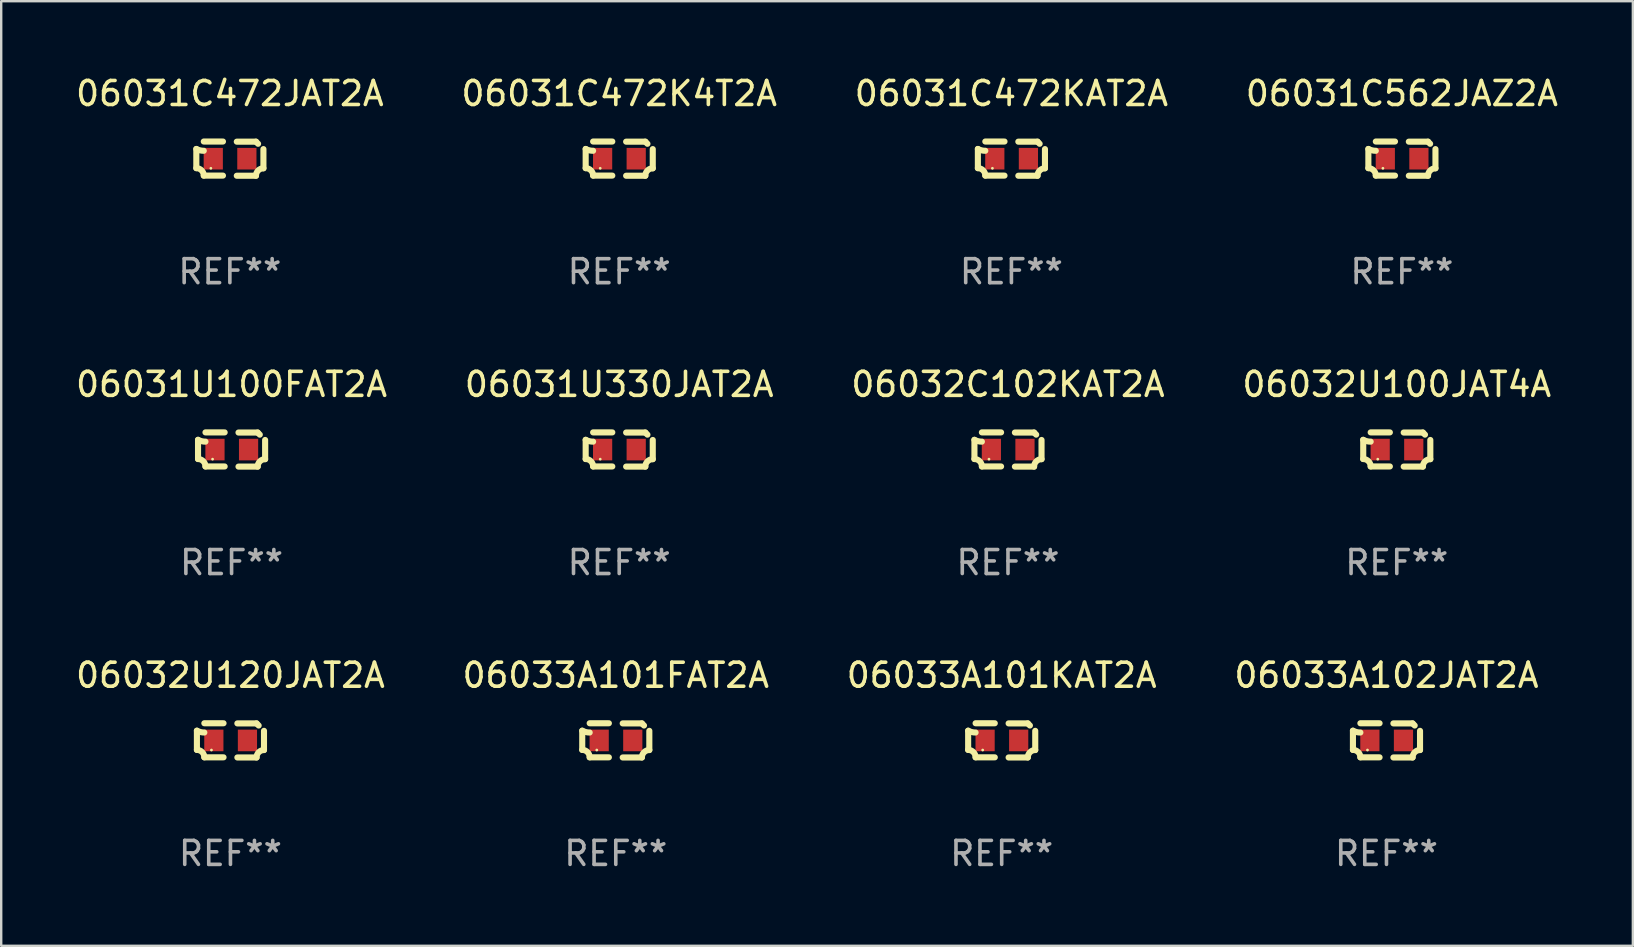
<source format=kicad_pcb>
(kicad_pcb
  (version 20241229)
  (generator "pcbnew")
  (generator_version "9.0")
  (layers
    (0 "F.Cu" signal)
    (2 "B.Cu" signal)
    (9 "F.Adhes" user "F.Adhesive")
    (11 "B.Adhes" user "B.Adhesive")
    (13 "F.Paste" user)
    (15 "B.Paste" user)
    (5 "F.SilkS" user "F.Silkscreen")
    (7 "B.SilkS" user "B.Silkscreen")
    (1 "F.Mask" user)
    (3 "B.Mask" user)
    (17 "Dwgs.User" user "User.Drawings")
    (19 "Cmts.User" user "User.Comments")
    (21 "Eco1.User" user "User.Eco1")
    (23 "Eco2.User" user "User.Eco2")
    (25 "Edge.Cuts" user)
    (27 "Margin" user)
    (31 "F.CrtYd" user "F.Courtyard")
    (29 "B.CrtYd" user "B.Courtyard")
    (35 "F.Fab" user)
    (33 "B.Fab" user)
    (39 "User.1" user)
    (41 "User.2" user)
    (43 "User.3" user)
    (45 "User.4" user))
  (footprint "06031U330JAT2A"
    (layer "F.Cu")
    (at 22.756 15.683)
    (property "Reference" "06031U330JAT2A" (at 0 -2.713 0) (layer "F.SilkS") (effects (font (size 1 1) (thickness 0.15))))
    (attr through_hole)
    (fp_line (start -1.398 -0.403) (end -1.398 0.397) (stroke (width 0.254) (type solid)) (layer "F.SilkS"))
    (fp_line (start -0.288 -0.713) (end -1.088 -0.713) (stroke (width 0.254) (type solid)) (layer "F.SilkS"))
    (fp_line (start -0.288 0.707) (end -1.088 0.707) (stroke (width 0.254) (type solid)) (layer "F.SilkS"))
    (fp_line (start 0.288 -0.707) (end 1.088 -0.707) (stroke (width 0.254) (type solid)) (layer "F.SilkS"))
    (fp_line (start 0.288 0.713) (end 1.088 0.713) (stroke (width 0.254) (type solid)) (layer "F.SilkS"))
    (fp_line (start 1.398 -0.397) (end 1.398 0.403) (stroke (width 0.254) (type solid)) (layer "F.SilkS"))
    (fp_arc (start -1.397789 0.397066) (mid -1.178701 0.487826) (end -1.08796 0.706922) (stroke (width 0.254001) (type solid)) (layer "F.SilkS"))
    (fp_arc (start -1.08796 -0.327176) (mid -1.247436 -0.346384) (end -1.39779 -0.402908) (stroke (width 0.254001) (type solid)) (layer "F.SilkS"))
    (fp_arc (start 1.087909 0.712738) (mid 1.178656 0.493655) (end 1.397739 0.402908) (stroke (width 0.254001) (type solid)) (layer "F.SilkS"))
    (fp_arc (start 1.175925 -0.618926) (mid 1.131917 -0.662923) (end 1.08791 -0.706922) (stroke (width 0.254001) (type solid)) (layer "F.SilkS"))
    (fp_circle (center -0.792 0.403) (end -0.762 0.403) (stroke (width 0.06) (type solid)) (fill no) (layer "F.SilkS"))
    (fp_text user "REF**" (at 0 4.713 0) (layer "F.Fab") (effects (font (size 1 1) (thickness 0.15))))
    (pad "1" smd rect (at -0.692 0.003) (size 0.8 0.9) (layers "F.Cu" "F.Mask" "F.Paste"))
    (pad "2" smd rect (at 0.708 0.003) (size 0.8 0.9) (layers "F.Cu" "F.Mask" "F.Paste")))
  (footprint "06031C472KAT2A"
    (layer "F.Cu")
    (at 39.101 3.561)
    (property "Reference" "06031C472KAT2A" (at 0 -2.713 0) (layer "F.SilkS") (effects (font (size 1 1) (thickness 0.15))))
    (attr through_hole)
    (fp_line (start -1.398 -0.403) (end -1.398 0.397) (stroke (width 0.254) (type solid)) (layer "F.SilkS"))
    (fp_line (start -0.288 -0.713) (end -1.088 -0.713) (stroke (width 0.254) (type solid)) (layer "F.SilkS"))
    (fp_line (start -0.288 0.707) (end -1.088 0.707) (stroke (width 0.254) (type solid)) (layer "F.SilkS"))
    (fp_line (start 0.288 -0.707) (end 1.088 -0.707) (stroke (width 0.254) (type solid)) (layer "F.SilkS"))
    (fp_line (start 0.288 0.713) (end 1.088 0.713) (stroke (width 0.254) (type solid)) (layer "F.SilkS"))
    (fp_line (start 1.398 -0.397) (end 1.398 0.403) (stroke (width 0.254) (type solid)) (layer "F.SilkS"))
    (fp_arc (start -1.397789 0.397066) (mid -1.178701 0.487826) (end -1.08796 0.706922) (stroke (width 0.254001) (type solid)) (layer "F.SilkS"))
    (fp_arc (start -1.08796 -0.327176) (mid -1.247436 -0.346384) (end -1.39779 -0.402908) (stroke (width 0.254001) (type solid)) (layer "F.SilkS"))
    (fp_arc (start 1.087909 0.712738) (mid 1.178656 0.493655) (end 1.397739 0.402908) (stroke (width 0.254001) (type solid)) (layer "F.SilkS"))
    (fp_arc (start 1.175925 -0.618926) (mid 1.131917 -0.662923) (end 1.08791 -0.706922) (stroke (width 0.254001) (type solid)) (layer "F.SilkS"))
    (fp_circle (center -0.792 0.403) (end -0.762 0.403) (stroke (width 0.06) (type solid)) (fill no) (layer "F.SilkS"))
    (fp_text user "REF**" (at 0 4.713 0) (layer "F.Fab") (effects (font (size 1 1) (thickness 0.15))))
    (pad "1" smd rect (at -0.692 0.003) (size 0.8 0.9) (layers "F.Cu" "F.Mask" "F.Paste"))
    (pad "2" smd rect (at 0.708 0.003) (size 0.8 0.9) (layers "F.Cu" "F.Mask" "F.Paste")))
  (footprint "06032C102KAT2A"
    (layer "F.Cu")
    (at 38.958 15.683)
    (property "Reference" "06032C102KAT2A" (at 0 -2.713 0) (layer "F.SilkS") (effects (font (size 1 1) (thickness 0.15))))
    (attr through_hole)
    (fp_line (start -1.398 -0.403) (end -1.398 0.397) (stroke (width 0.254) (type solid)) (layer "F.SilkS"))
    (fp_line (start -0.288 -0.713) (end -1.088 -0.713) (stroke (width 0.254) (type solid)) (layer "F.SilkS"))
    (fp_line (start -0.288 0.707) (end -1.088 0.707) (stroke (width 0.254) (type solid)) (layer "F.SilkS"))
    (fp_line (start 0.288 -0.707) (end 1.088 -0.707) (stroke (width 0.254) (type solid)) (layer "F.SilkS"))
    (fp_line (start 0.288 0.713) (end 1.088 0.713) (stroke (width 0.254) (type solid)) (layer "F.SilkS"))
    (fp_line (start 1.398 -0.397) (end 1.398 0.403) (stroke (width 0.254) (type solid)) (layer "F.SilkS"))
    (fp_arc (start -1.397789 0.397066) (mid -1.178701 0.487826) (end -1.08796 0.706922) (stroke (width 0.254001) (type solid)) (layer "F.SilkS"))
    (fp_arc (start -1.08796 -0.327176) (mid -1.247436 -0.346384) (end -1.39779 -0.402908) (stroke (width 0.254001) (type solid)) (layer "F.SilkS"))
    (fp_arc (start 1.087909 0.712738) (mid 1.178656 0.493655) (end 1.397739 0.402908) (stroke (width 0.254001) (type solid)) (layer "F.SilkS"))
    (fp_arc (start 1.175925 -0.618926) (mid 1.131917 -0.662923) (end 1.08791 -0.706922) (stroke (width 0.254001) (type solid)) (layer "F.SilkS"))
    (fp_circle (center -0.792 0.403) (end -0.762 0.403) (stroke (width 0.06) (type solid)) (fill no) (layer "F.SilkS"))
    (fp_text user "REF**" (at 0 4.713 0) (layer "F.Fab") (effects (font (size 1 1) (thickness 0.15))))
    (pad "1" smd rect (at -0.692 0.003) (size 0.8 0.9) (layers "F.Cu" "F.Mask" "F.Paste"))
    (pad "2" smd rect (at 0.708 0.003) (size 0.8 0.9) (layers "F.Cu" "F.Mask" "F.Paste")))
  (footprint "06033A101FAT2A"
    (layer "F.Cu")
    (at 22.613 27.805)
    (property "Reference" "06033A101FAT2A" (at 0 -2.713 0) (layer "F.SilkS") (effects (font (size 1 1) (thickness 0.15))))
    (attr through_hole)
    (fp_line (start -1.398 -0.403) (end -1.398 0.397) (stroke (width 0.254) (type solid)) (layer "F.SilkS"))
    (fp_line (start -0.288 -0.713) (end -1.088 -0.713) (stroke (width 0.254) (type solid)) (layer "F.SilkS"))
    (fp_line (start -0.288 0.707) (end -1.088 0.707) (stroke (width 0.254) (type solid)) (layer "F.SilkS"))
    (fp_line (start 0.288 -0.707) (end 1.088 -0.707) (stroke (width 0.254) (type solid)) (layer "F.SilkS"))
    (fp_line (start 0.288 0.713) (end 1.088 0.713) (stroke (width 0.254) (type solid)) (layer "F.SilkS"))
    (fp_line (start 1.398 -0.397) (end 1.398 0.403) (stroke (width 0.254) (type solid)) (layer "F.SilkS"))
    (fp_arc (start -1.397789 0.397066) (mid -1.178701 0.487826) (end -1.08796 0.706922) (stroke (width 0.254001) (type solid)) (layer "F.SilkS"))
    (fp_arc (start -1.08796 -0.327176) (mid -1.247436 -0.346384) (end -1.39779 -0.402908) (stroke (width 0.254001) (type solid)) (layer "F.SilkS"))
    (fp_arc (start 1.087909 0.712738) (mid 1.178656 0.493655) (end 1.397739 0.402908) (stroke (width 0.254001) (type solid)) (layer "F.SilkS"))
    (fp_arc (start 1.175925 -0.618926) (mid 1.131917 -0.662923) (end 1.08791 -0.706922) (stroke (width 0.254001) (type solid)) (layer "F.SilkS"))
    (fp_circle (center -0.792 0.403) (end -0.762 0.403) (stroke (width 0.06) (type solid)) (fill no) (layer "F.SilkS"))
    (fp_text user "REF**" (at 0 4.713 0) (layer "F.Fab") (effects (font (size 1 1) (thickness 0.15))))
    (pad "1" smd rect (at -0.692 0.003) (size 0.8 0.9) (layers "F.Cu" "F.Mask" "F.Paste"))
    (pad "2" smd rect (at 0.708 0.003) (size 0.8 0.9) (layers "F.Cu" "F.Mask" "F.Paste")))
  (footprint "06031C472K4T2A"
    (layer "F.Cu")
    (at 22.756 3.561)
    (property "Reference" "06031C472K4T2A" (at 0 -2.713 0) (layer "F.SilkS") (effects (font (size 1 1) (thickness 0.15))))
    (attr through_hole)
    (fp_line (start -1.398 -0.403) (end -1.398 0.397) (stroke (width 0.254) (type solid)) (layer "F.SilkS"))
    (fp_line (start -0.288 -0.713) (end -1.088 -0.713) (stroke (width 0.254) (type solid)) (layer "F.SilkS"))
    (fp_line (start -0.288 0.707) (end -1.088 0.707) (stroke (width 0.254) (type solid)) (layer "F.SilkS"))
    (fp_line (start 0.288 -0.707) (end 1.088 -0.707) (stroke (width 0.254) (type solid)) (layer "F.SilkS"))
    (fp_line (start 0.288 0.713) (end 1.088 0.713) (stroke (width 0.254) (type solid)) (layer "F.SilkS"))
    (fp_line (start 1.398 -0.397) (end 1.398 0.403) (stroke (width 0.254) (type solid)) (layer "F.SilkS"))
    (fp_arc (start -1.397789 0.397066) (mid -1.178701 0.487826) (end -1.08796 0.706922) (stroke (width 0.254001) (type solid)) (layer "F.SilkS"))
    (fp_arc (start -1.08796 -0.327176) (mid -1.247436 -0.346384) (end -1.39779 -0.402908) (stroke (width 0.254001) (type solid)) (layer "F.SilkS"))
    (fp_arc (start 1.087909 0.712738) (mid 1.178656 0.493655) (end 1.397739 0.402908) (stroke (width 0.254001) (type solid)) (layer "F.SilkS"))
    (fp_arc (start 1.175925 -0.618926) (mid 1.131917 -0.662923) (end 1.08791 -0.706922) (stroke (width 0.254001) (type solid)) (layer "F.SilkS"))
    (fp_circle (center -0.792 0.403) (end -0.762 0.403) (stroke (width 0.06) (type solid)) (fill no) (layer "F.SilkS"))
    (fp_text user "REF**" (at 0 4.713 0) (layer "F.Fab") (effects (font (size 1 1) (thickness 0.15))))
    (pad "1" smd rect (at -0.692 0.003) (size 0.8 0.9) (layers "F.Cu" "F.Mask" "F.Paste"))
    (pad "2" smd rect (at 0.708 0.003) (size 0.8 0.9) (layers "F.Cu" "F.Mask" "F.Paste")))
  (footprint "06032U100JAT4A"
    (layer "F.Cu")
    (at 55.161 15.683)
    (property "Reference" "06032U100JAT4A" (at 0 -2.713 0) (layer "F.SilkS") (effects (font (size 1 1) (thickness 0.15))))
    (attr through_hole)
    (fp_line (start -1.398 -0.403) (end -1.398 0.397) (stroke (width 0.254) (type solid)) (layer "F.SilkS"))
    (fp_line (start -0.288 -0.713) (end -1.088 -0.713) (stroke (width 0.254) (type solid)) (layer "F.SilkS"))
    (fp_line (start -0.288 0.707) (end -1.088 0.707) (stroke (width 0.254) (type solid)) (layer "F.SilkS"))
    (fp_line (start 0.288 -0.707) (end 1.088 -0.707) (stroke (width 0.254) (type solid)) (layer "F.SilkS"))
    (fp_line (start 0.288 0.713) (end 1.088 0.713) (stroke (width 0.254) (type solid)) (layer "F.SilkS"))
    (fp_line (start 1.398 -0.397) (end 1.398 0.403) (stroke (width 0.254) (type solid)) (layer "F.SilkS"))
    (fp_arc (start -1.397789 0.397066) (mid -1.178701 0.487826) (end -1.08796 0.706922) (stroke (width 0.254001) (type solid)) (layer "F.SilkS"))
    (fp_arc (start -1.08796 -0.327176) (mid -1.247436 -0.346384) (end -1.39779 -0.402908) (stroke (width 0.254001) (type solid)) (layer "F.SilkS"))
    (fp_arc (start 1.087909 0.712738) (mid 1.178656 0.493655) (end 1.397739 0.402908) (stroke (width 0.254001) (type solid)) (layer "F.SilkS"))
    (fp_arc (start 1.175925 -0.618926) (mid 1.131917 -0.662923) (end 1.08791 -0.706922) (stroke (width 0.254001) (type solid)) (layer "F.SilkS"))
    (fp_circle (center -0.792 0.403) (end -0.762 0.403) (stroke (width 0.06) (type solid)) (fill no) (layer "F.SilkS"))
    (fp_text user "REF**" (at 0 4.713 0) (layer "F.Fab") (effects (font (size 1 1) (thickness 0.15))))
    (pad "1" smd rect (at -0.692 0.003) (size 0.8 0.9) (layers "F.Cu" "F.Mask" "F.Paste"))
    (pad "2" smd rect (at 0.708 0.003) (size 0.8 0.9) (layers "F.Cu" "F.Mask" "F.Paste")))
  (footprint "06033A102JAT2A"
    (layer "F.Cu")
    (at 54.732 27.805)
    (property "Reference" "06033A102JAT2A" (at 0 -2.713 0) (layer "F.SilkS") (effects (font (size 1 1) (thickness 0.15))))
    (attr through_hole)
    (fp_line (start -1.398 -0.403) (end -1.398 0.397) (stroke (width 0.254) (type solid)) (layer "F.SilkS"))
    (fp_line (start -0.288 -0.713) (end -1.088 -0.713) (stroke (width 0.254) (type solid)) (layer "F.SilkS"))
    (fp_line (start -0.288 0.707) (end -1.088 0.707) (stroke (width 0.254) (type solid)) (layer "F.SilkS"))
    (fp_line (start 0.288 -0.707) (end 1.088 -0.707) (stroke (width 0.254) (type solid)) (layer "F.SilkS"))
    (fp_line (start 0.288 0.713) (end 1.088 0.713) (stroke (width 0.254) (type solid)) (layer "F.SilkS"))
    (fp_line (start 1.398 -0.397) (end 1.398 0.403) (stroke (width 0.254) (type solid)) (layer "F.SilkS"))
    (fp_arc (start -1.397789 0.397066) (mid -1.178701 0.487826) (end -1.08796 0.706922) (stroke (width 0.254001) (type solid)) (layer "F.SilkS"))
    (fp_arc (start -1.08796 -0.327176) (mid -1.247436 -0.346384) (end -1.39779 -0.402908) (stroke (width 0.254001) (type solid)) (layer "F.SilkS"))
    (fp_arc (start 1.087909 0.712738) (mid 1.178656 0.493655) (end 1.397739 0.402908) (stroke (width 0.254001) (type solid)) (layer "F.SilkS"))
    (fp_arc (start 1.175925 -0.618926) (mid 1.131917 -0.662923) (end 1.08791 -0.706922) (stroke (width 0.254001) (type solid)) (layer "F.SilkS"))
    (fp_circle (center -0.792 0.403) (end -0.762 0.403) (stroke (width 0.06) (type solid)) (fill no) (layer "F.SilkS"))
    (fp_text user "REF**" (at 0 4.713 0) (layer "F.Fab") (effects (font (size 1 1) (thickness 0.15))))
    (pad "1" smd rect (at -0.692 0.003) (size 0.8 0.9) (layers "F.Cu" "F.Mask" "F.Paste"))
    (pad "2" smd rect (at 0.708 0.003) (size 0.8 0.9) (layers "F.Cu" "F.Mask" "F.Paste")))
  (footprint "06031C472JAT2A"
    (layer "F.Cu")
    (at 6.53 3.561)
    (property "Reference" "06031C472JAT2A" (at 0 -2.713 0) (layer "F.SilkS") (effects (font (size 1 1) (thickness 0.15))))
    (attr through_hole)
    (fp_line (start -1.398 -0.403) (end -1.398 0.397) (stroke (width 0.254) (type solid)) (layer "F.SilkS"))
    (fp_line (start -0.288 -0.713) (end -1.088 -0.713) (stroke (width 0.254) (type solid)) (layer "F.SilkS"))
    (fp_line (start -0.288 0.707) (end -1.088 0.707) (stroke (width 0.254) (type solid)) (layer "F.SilkS"))
    (fp_line (start 0.288 -0.707) (end 1.088 -0.707) (stroke (width 0.254) (type solid)) (layer "F.SilkS"))
    (fp_line (start 0.288 0.713) (end 1.088 0.713) (stroke (width 0.254) (type solid)) (layer "F.SilkS"))
    (fp_line (start 1.398 -0.397) (end 1.398 0.403) (stroke (width 0.254) (type solid)) (layer "F.SilkS"))
    (fp_arc (start -1.397789 0.397066) (mid -1.178701 0.487826) (end -1.08796 0.706922) (stroke (width 0.254001) (type solid)) (layer "F.SilkS"))
    (fp_arc (start -1.08796 -0.327176) (mid -1.247436 -0.346384) (end -1.39779 -0.402908) (stroke (width 0.254001) (type solid)) (layer "F.SilkS"))
    (fp_arc (start 1.087909 0.712738) (mid 1.178656 0.493655) (end 1.397739 0.402908) (stroke (width 0.254001) (type solid)) (layer "F.SilkS"))
    (fp_arc (start 1.175925 -0.618926) (mid 1.131917 -0.662923) (end 1.08791 -0.706922) (stroke (width 0.254001) (type solid)) (layer "F.SilkS"))
    (fp_circle (center -0.792 0.403) (end -0.762 0.403) (stroke (width 0.06) (type solid)) (fill no) (layer "F.SilkS"))
    (fp_text user "REF**" (at 0 4.713 0) (layer "F.Fab") (effects (font (size 1 1) (thickness 0.15))))
    (pad "1" smd rect (at -0.692 0.003) (size 0.8 0.9) (layers "F.Cu" "F.Mask" "F.Paste"))
    (pad "2" smd rect (at 0.708 0.003) (size 0.8 0.9) (layers "F.Cu" "F.Mask" "F.Paste")))
  (footprint "06031C562JAZ2A"
    (layer "F.Cu")
    (at 55.375 3.561)
    (property "Reference" "06031C562JAZ2A" (at 0 -2.713 0) (layer "F.SilkS") (effects (font (size 1 1) (thickness 0.15))))
    (attr through_hole)
    (fp_line (start -1.398 -0.403) (end -1.398 0.397) (stroke (width 0.254) (type solid)) (layer "F.SilkS"))
    (fp_line (start -0.288 -0.713) (end -1.088 -0.713) (stroke (width 0.254) (type solid)) (layer "F.SilkS"))
    (fp_line (start -0.288 0.707) (end -1.088 0.707) (stroke (width 0.254) (type solid)) (layer "F.SilkS"))
    (fp_line (start 0.288 -0.707) (end 1.088 -0.707) (stroke (width 0.254) (type solid)) (layer "F.SilkS"))
    (fp_line (start 0.288 0.713) (end 1.088 0.713) (stroke (width 0.254) (type solid)) (layer "F.SilkS"))
    (fp_line (start 1.398 -0.397) (end 1.398 0.403) (stroke (width 0.254) (type solid)) (layer "F.SilkS"))
    (fp_arc (start -1.397789 0.397066) (mid -1.178701 0.487826) (end -1.08796 0.706922) (stroke (width 0.254001) (type solid)) (layer "F.SilkS"))
    (fp_arc (start -1.08796 -0.327176) (mid -1.247436 -0.346384) (end -1.39779 -0.402908) (stroke (width 0.254001) (type solid)) (layer "F.SilkS"))
    (fp_arc (start 1.087909 0.712738) (mid 1.178656 0.493655) (end 1.397739 0.402908) (stroke (width 0.254001) (type solid)) (layer "F.SilkS"))
    (fp_arc (start 1.175925 -0.618926) (mid 1.131917 -0.662923) (end 1.08791 -0.706922) (stroke (width 0.254001) (type solid)) (layer "F.SilkS"))
    (fp_circle (center -0.792 0.403) (end -0.762 0.403) (stroke (width 0.06) (type solid)) (fill no) (layer "F.SilkS"))
    (fp_text user "REF**" (at 0 4.713 0) (layer "F.Fab") (effects (font (size 1 1) (thickness 0.15))))
    (pad "1" smd rect (at -0.692 0.003) (size 0.8 0.9) (layers "F.Cu" "F.Mask" "F.Paste"))
    (pad "2" smd rect (at 0.708 0.003) (size 0.8 0.9) (layers "F.Cu" "F.Mask" "F.Paste")))
  (footprint "06031U100FAT2A"
    (layer "F.Cu")
    (at 6.601 15.683)
    (property "Reference" "06031U100FAT2A" (at 0 -2.713 0) (layer "F.SilkS") (effects (font (size 1 1) (thickness 0.15))))
    (attr through_hole)
    (fp_line (start -1.398 -0.403) (end -1.398 0.397) (stroke (width 0.254) (type solid)) (layer "F.SilkS"))
    (fp_line (start -0.288 -0.713) (end -1.088 -0.713) (stroke (width 0.254) (type solid)) (layer "F.SilkS"))
    (fp_line (start -0.288 0.707) (end -1.088 0.707) (stroke (width 0.254) (type solid)) (layer "F.SilkS"))
    (fp_line (start 0.288 -0.707) (end 1.088 -0.707) (stroke (width 0.254) (type solid)) (layer "F.SilkS"))
    (fp_line (start 0.288 0.713) (end 1.088 0.713) (stroke (width 0.254) (type solid)) (layer "F.SilkS"))
    (fp_line (start 1.398 -0.397) (end 1.398 0.403) (stroke (width 0.254) (type solid)) (layer "F.SilkS"))
    (fp_arc (start -1.397789 0.397066) (mid -1.178701 0.487826) (end -1.08796 0.706922) (stroke (width 0.254001) (type solid)) (layer "F.SilkS"))
    (fp_arc (start -1.08796 -0.327176) (mid -1.247436 -0.346384) (end -1.39779 -0.402908) (stroke (width 0.254001) (type solid)) (layer "F.SilkS"))
    (fp_arc (start 1.087909 0.712738) (mid 1.178656 0.493655) (end 1.397739 0.402908) (stroke (width 0.254001) (type solid)) (layer "F.SilkS"))
    (fp_arc (start 1.175925 -0.618926) (mid 1.131917 -0.662923) (end 1.08791 -0.706922) (stroke (width 0.254001) (type solid)) (layer "F.SilkS"))
    (fp_circle (center -0.792 0.403) (end -0.762 0.403) (stroke (width 0.06) (type solid)) (fill no) (layer "F.SilkS"))
    (fp_text user "REF**" (at 0 4.713 0) (layer "F.Fab") (effects (font (size 1 1) (thickness 0.15))))
    (pad "1" smd rect (at -0.692 0.003) (size 0.8 0.9) (layers "F.Cu" "F.Mask" "F.Paste"))
    (pad "2" smd rect (at 0.708 0.003) (size 0.8 0.9) (layers "F.Cu" "F.Mask" "F.Paste")))
  (footprint "06032U120JAT2A"
    (layer "F.Cu")
    (at 6.554 27.805)
    (property "Reference" "06032U120JAT2A" (at 0 -2.713 0) (layer "F.SilkS") (effects (font (size 1 1) (thickness 0.15))))
    (attr through_hole)
    (fp_line (start -1.398 -0.403) (end -1.398 0.397) (stroke (width 0.254) (type solid)) (layer "F.SilkS"))
    (fp_line (start -0.288 -0.713) (end -1.088 -0.713) (stroke (width 0.254) (type solid)) (layer "F.SilkS"))
    (fp_line (start -0.288 0.707) (end -1.088 0.707) (stroke (width 0.254) (type solid)) (layer "F.SilkS"))
    (fp_line (start 0.288 -0.707) (end 1.088 -0.707) (stroke (width 0.254) (type solid)) (layer "F.SilkS"))
    (fp_line (start 0.288 0.713) (end 1.088 0.713) (stroke (width 0.254) (type solid)) (layer "F.SilkS"))
    (fp_line (start 1.398 -0.397) (end 1.398 0.403) (stroke (width 0.254) (type solid)) (layer "F.SilkS"))
    (fp_arc (start -1.397789 0.397066) (mid -1.178701 0.487826) (end -1.08796 0.706922) (stroke (width 0.254001) (type solid)) (layer "F.SilkS"))
    (fp_arc (start -1.08796 -0.327176) (mid -1.247436 -0.346384) (end -1.39779 -0.402908) (stroke (width 0.254001) (type solid)) (layer "F.SilkS"))
    (fp_arc (start 1.087909 0.712738) (mid 1.178656 0.493655) (end 1.397739 0.402908) (stroke (width 0.254001) (type solid)) (layer "F.SilkS"))
    (fp_arc (start 1.175925 -0.618926) (mid 1.131917 -0.662923) (end 1.08791 -0.706922) (stroke (width 0.254001) (type solid)) (layer "F.SilkS"))
    (fp_circle (center -0.792 0.403) (end -0.762 0.403) (stroke (width 0.06) (type solid)) (fill no) (layer "F.SilkS"))
    (fp_text user "REF**" (at 0 4.713 0) (layer "F.Fab") (effects (font (size 1 1) (thickness 0.15))))
    (pad "1" smd rect (at -0.692 0.003) (size 0.8 0.9) (layers "F.Cu" "F.Mask" "F.Paste"))
    (pad "2" smd rect (at 0.708 0.003) (size 0.8 0.9) (layers "F.Cu" "F.Mask" "F.Paste")))
  (footprint "06033A101KAT2A"
    (layer "F.Cu")
    (at 38.696 27.805)
    (property "Reference" "06033A101KAT2A" (at 0 -2.713 0) (layer "F.SilkS") (effects (font (size 1 1) (thickness 0.15))))
    (attr through_hole)
    (fp_line (start -1.398 -0.403) (end -1.398 0.397) (stroke (width 0.254) (type solid)) (layer "F.SilkS"))
    (fp_line (start -0.288 -0.713) (end -1.088 -0.713) (stroke (width 0.254) (type solid)) (layer "F.SilkS"))
    (fp_line (start -0.288 0.707) (end -1.088 0.707) (stroke (width 0.254) (type solid)) (layer "F.SilkS"))
    (fp_line (start 0.288 -0.707) (end 1.088 -0.707) (stroke (width 0.254) (type solid)) (layer "F.SilkS"))
    (fp_line (start 0.288 0.713) (end 1.088 0.713) (stroke (width 0.254) (type solid)) (layer "F.SilkS"))
    (fp_line (start 1.398 -0.397) (end 1.398 0.403) (stroke (width 0.254) (type solid)) (layer "F.SilkS"))
    (fp_arc (start -1.397789 0.397066) (mid -1.178701 0.487826) (end -1.08796 0.706922) (stroke (width 0.254001) (type solid)) (layer "F.SilkS"))
    (fp_arc (start -1.08796 -0.327176) (mid -1.247436 -0.346384) (end -1.39779 -0.402908) (stroke (width 0.254001) (type solid)) (layer "F.SilkS"))
    (fp_arc (start 1.087909 0.712738) (mid 1.178656 0.493655) (end 1.397739 0.402908) (stroke (width 0.254001) (type solid)) (layer "F.SilkS"))
    (fp_arc (start 1.175925 -0.618926) (mid 1.131917 -0.662923) (end 1.08791 -0.706922) (stroke (width 0.254001) (type solid)) (layer "F.SilkS"))
    (fp_circle (center -0.792 0.403) (end -0.762 0.403) (stroke (width 0.06) (type solid)) (fill no) (layer "F.SilkS"))
    (fp_text user "REF**" (at 0 4.713 0) (layer "F.Fab") (effects (font (size 1 1) (thickness 0.15))))
    (pad "1" smd rect (at -0.692 0.003) (size 0.8 0.9) (layers "F.Cu" "F.Mask" "F.Paste"))
    (pad "2" smd rect (at 0.708 0.003) (size 0.8 0.9) (layers "F.Cu" "F.Mask" "F.Paste")))
  (gr_rect
    (start -3 -3)
    (end 65 36.366)
    (stroke (width 0.1) (type default))
    (fill no)
    (layer "Edge.Cuts")))
</source>
